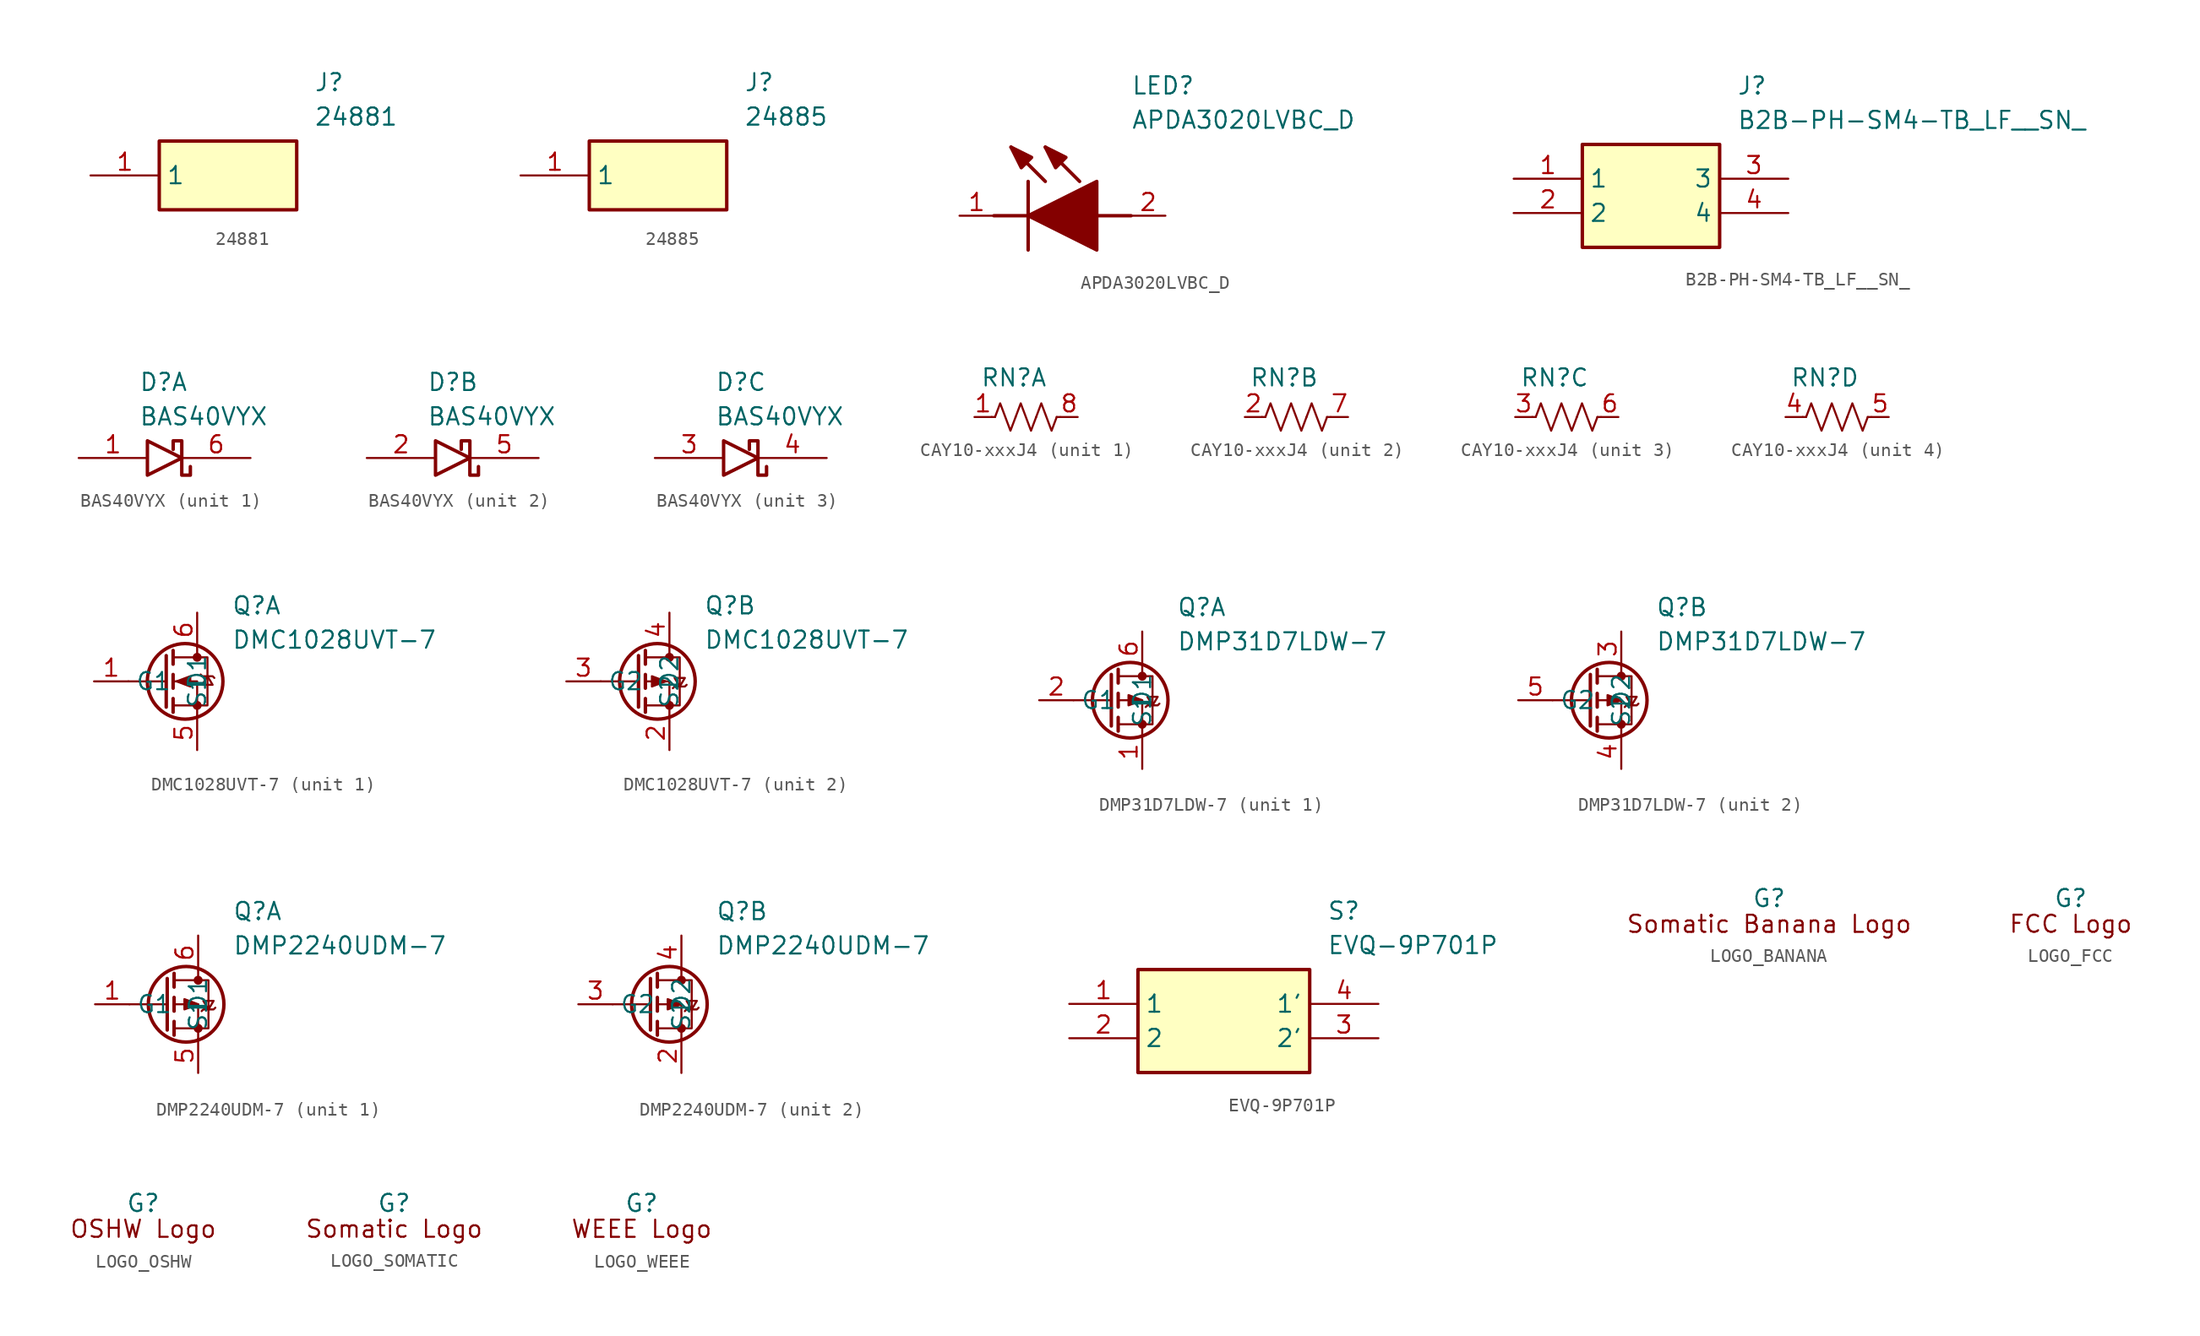
<source format=kicad_sym>
(kicad_symbol_lib
  (version 20220914)
  (generator kicad_symbol_editor)
  (symbol "24881"
    (property "Reference" "J"
      (at 16.51 7.62 0)
      (effects (font (size 1.27 1.27)) (justify left top)))
    (property "Value" "24881"
      (at 16.51 5.08 0)
      (effects (font (size 1.27 1.27)) (justify left top)))
    (symbol "24881_1_1"
      (rectangle (start 5.08 2.54) (end 15.24 -2.54) (stroke (width 0.254) (type default)) (fill (type background)))
      (pin passive line (at 0 0 0) (length 5.08) (name "1" (effects (font (size 1.27 1.27)))) (number "1" (effects (font (size 1.27 1.27)))))))
  (symbol "24885"
    (property "Reference" "J"
      (at 16.51 7.62 0)
      (effects (font (size 1.27 1.27)) (justify left top)))
    (property "Value" "24885"
      (at 16.51 5.08 0)
      (effects (font (size 1.27 1.27)) (justify left top)))
    (symbol "24885_1_1"
      (rectangle (start 5.08 2.54) (end 15.24 -2.54) (stroke (width 0.254) (type default)) (fill (type background)))
      (pin passive line (at 0 0 0) (length 5.08) (name "1" (effects (font (size 1.27 1.27)))) (number "1" (effects (font (size 1.27 1.27)))))))
  (symbol "APDA3020LVBC_D"
    (pin_names hide)
    (property "Reference" "LED"
      (at 12.7 8.89 0)
      (effects (font (size 1.27 1.27)) (justify left bottom)))
    (property "Value" "APDA3020LVBC_D"
      (at 12.7 6.35 0)
      (effects (font (size 1.27 1.27)) (justify left bottom)))
    (symbol "APDA3020LVBC_D_1_1"
      (polyline (pts (xy 2.54 0) (xy 5.08 0)) (stroke (width 0.254) (type default)) (fill (type none)))
      (polyline (pts (xy 5.08 2.54) (xy 5.08 -2.54)) (stroke (width 0.254) (type default)) (fill (type none)))
      (polyline (pts (xy 6.35 2.54) (xy 3.81 5.08)) (stroke (width 0.254) (type default)) (fill (type none)))
      (polyline (pts (xy 8.89 2.54) (xy 6.35 5.08)) (stroke (width 0.254) (type default)) (fill (type none)))
      (polyline (pts (xy 10.16 0) (xy 12.7 0)) (stroke (width 0.254) (type default)) (fill (type none)))
      (polyline (pts (xy 5.08 0) (xy 10.16 2.54) (xy 10.16 -2.54) (xy 5.08 0)) (stroke (width 0.254) (type default)) (fill (type outline)))
      (polyline (pts (xy 5.334 4.318) (xy 4.572 3.556) (xy 3.81 5.08) (xy 5.334 4.318)) (stroke (width 0.254) (type default)) (fill (type outline)))
      (polyline (pts (xy 7.874 4.318) (xy 7.112 3.556) (xy 6.35 5.08) (xy 7.874 4.318)) (stroke (width 0.254) (type default)) (fill (type outline)))
      (pin passive line (at 0 0 0) (length 2.54) (name "K" (effects (font (size 1.27 1.27)))) (number "1" (effects (font (size 1.27 1.27)))))
      (pin passive line (at 15.24 0 180) (length 2.54) (name "A" (effects (font (size 1.27 1.27)))) (number "2" (effects (font (size 1.27 1.27)))))))
  (symbol "B2B-PH-SM4-TB_LF__SN_"
    (property "Reference" "J"
      (at 16.51 7.62 0)
      (effects (font (size 1.27 1.27)) (justify left top)))
    (property "Value" "B2B-PH-SM4-TB_LF__SN_"
      (at 16.51 5.08 0)
      (effects (font (size 1.27 1.27)) (justify left top)))
    (symbol "B2B-PH-SM4-TB_LF__SN__1_1"
      (rectangle (start 5.08 2.54) (end 15.24 -5.08) (stroke (width 0.254) (type default)) (fill (type background)))
      (pin passive line (at 0 0 0) (length 5.08) (name "1" (effects (font (size 1.27 1.27)))) (number "1" (effects (font (size 1.27 1.27)))))
      (pin passive line (at 0 -2.54 0) (length 5.08) (name "2" (effects (font (size 1.27 1.27)))) (number "2" (effects (font (size 1.27 1.27)))))
      (pin passive line (at 20.32 0 180) (length 5.08) (name "3" (effects (font (size 1.27 1.27)))) (number "3" (effects (font (size 1.27 1.27)))))
      (pin passive line (at 20.32 -2.54 180) (length 5.08) (name "4" (effects (font (size 1.27 1.27)))) (number "4" (effects (font (size 1.27 1.27)))))))
  (symbol "BAS40VYX"
    (pin_names hide)
    (property "Reference" "D"
      (at 4.445 6.35 0)
      (effects (font (size 1.27 1.27)) (justify left top)))
    (property "Value" "BAS40VYX"
      (at 4.445 3.81 0)
      (effects (font (size 1.27 1.27)) (justify left top)))
    (symbol "BAS40VYX_0_1"
      (polyline (pts (xy 5.08 -1.27) (xy 5.08 1.27) (xy 7.62 0) (xy 5.08 -1.27)) (stroke (width 0.254) (type default)) (fill (type none)))
      (polyline (pts (xy 8.255 -0.635) (xy 8.255 -1.27) (xy 7.62 -1.27) (xy 7.62 1.27) (xy 6.985 1.27) (xy 6.985 0.635)) (stroke (width 0.254) (type default)) (fill (type none))))
    (symbol "BAS40VYX_1_1"
      (pin passive line (at 0 0 0) (length 5.08) (name "A1" (effects (font (size 1.27 1.27)))) (number "1" (effects (font (size 1.27 1.27)))))
      (pin passive line (at 12.7 0 180) (length 5.08) (name "K1" (effects (font (size 1.27 1.27)))) (number "6" (effects (font (size 1.27 1.27))))))
    (symbol "BAS40VYX_2_1"
      (pin passive line (at 0 0 0) (length 5.08) (name "A2" (effects (font (size 1.27 1.27)))) (number "2" (effects (font (size 1.27 1.27)))))
      (pin passive line (at 12.7 0 180) (length 5.08) (name "K2" (effects (font (size 1.27 1.27)))) (number "5" (effects (font (size 1.27 1.27))))))
    (symbol "BAS40VYX_3_1"
      (pin passive line (at 0 0 0) (length 5.08) (name "A3" (effects (font (size 1.27 1.27)))) (number "3" (effects (font (size 1.27 1.27)))))
      (pin passive line (at 12.7 0 180) (length 5.08) (name "K3" (effects (font (size 1.27 1.27)))) (number "4" (effects (font (size 1.27 1.27)))))))
  (symbol "CAY10-xxxJ4"
    (property "Reference" "RN"
      (at 2.921 2.921 0)
      (effects (font (size 1.27 1.27))))
    (property "Value" ""
      (at 3.937 0 0)
      (effects (font (size 1.27 1.27))))
    (symbol "CAY10-xxxJ4_0_1"
      (polyline (pts (xy 1.524 0) (xy 1.27 0)) (stroke (width 0) (type default)) (fill (type none)))
      (polyline (pts (xy 6.096 0) (xy 6.35 0)) (stroke (width 0) (type default)) (fill (type none)))
      (polyline (pts (xy 1.524 0) (xy 1.905 1.016) (xy 2.286 0) (xy 2.667 -1.016) (xy 3.048 0)) (stroke (width 0) (type default)) (fill (type none)))
      (polyline (pts (xy 3.048 0) (xy 3.429 1.016) (xy 3.81 0) (xy 4.191 -1.016) (xy 4.572 0)) (stroke (width 0) (type default)) (fill (type none)))
      (polyline (pts (xy 4.572 0) (xy 4.953 1.016) (xy 5.334 0) (xy 5.715 -1.016) (xy 6.096 0)) (stroke (width 0) (type default)) (fill (type none))))
    (symbol "CAY10-xxxJ4_1_1"
      (pin passive line (at 0 0 0) (length 1.27) (name "~" (effects (font (size 1.27 1.27)))) (number "1" (effects (font (size 1.27 1.27)))))
      (pin passive line (at 7.65 0 180) (length 1.27) (name "~" (effects (font (size 1.27 1.27)))) (number "8" (effects (font (size 1.27 1.27))))))
    (symbol "CAY10-xxxJ4_2_1"
      (pin passive line (at 0 0 0) (length 1.27) (name "~" (effects (font (size 1.27 1.27)))) (number "2" (effects (font (size 1.27 1.27)))))
      (pin passive line (at 7.65 0 180) (length 1.27) (name "~" (effects (font (size 1.27 1.27)))) (number "7" (effects (font (size 1.27 1.27))))))
    (symbol "CAY10-xxxJ4_3_1"
      (pin passive line (at 0 0 0) (length 1.27) (name "~" (effects (font (size 1.27 1.27)))) (number "3" (effects (font (size 1.27 1.27)))))
      (pin passive line (at 7.65 0 180) (length 1.27) (name "~" (effects (font (size 1.27 1.27)))) (number "6" (effects (font (size 1.27 1.27))))))
    (symbol "CAY10-xxxJ4_4_1"
      (pin passive line (at 0 0 0) (length 1.27) (name "~" (effects (font (size 1.27 1.27)))) (number "4" (effects (font (size 1.27 1.27)))))
      (pin passive line (at 7.65 0 180) (length 1.27) (name "~" (effects (font (size 1.27 1.27)))) (number "5" (effects (font (size 1.27 1.27)))))))
  (symbol "DMC1028UVT-7"
    (property "Reference" "Q"
      (at 2.54 6.35 0)
      (effects (font (size 1.27 1.27)) (justify left top)))
    (property "Value" "DMC1028UVT-7"
      (at 2.54 3.81 0)
      (effects (font (size 1.27 1.27)) (justify left top)))
    (property "ki_locked" ""
      (at 0 0 0)
      (effects (font (size 1.27 1.27))))
    (symbol "DMC1028UVT-7_0_1"
      (circle (center -0.889 0) (radius 2.794) (stroke (width 0.254) (type default)) (fill (type none)))
      (circle (center 0 -1.778) (radius 0.254) (stroke (width 0) (type default)) (fill (type outline)))
      (polyline (pts (xy -2.286 0) (xy -5.08 0)) (stroke (width 0) (type default)) (fill (type none)))
      (polyline (pts (xy -2.286 1.905) (xy -2.286 -1.905)) (stroke (width 0.254) (type default)) (fill (type none)))
      (polyline (pts (xy -1.778 -1.27) (xy -1.778 -2.286)) (stroke (width 0.254) (type default)) (fill (type none)))
      (polyline (pts (xy -1.778 0.508) (xy -1.778 -0.508)) (stroke (width 0.254) (type default)) (fill (type none)))
      (polyline (pts (xy -1.778 2.286) (xy -1.778 1.27)) (stroke (width 0.254) (type default)) (fill (type none)))
      (polyline (pts (xy 0 2.54) (xy 0 1.778)) (stroke (width 0) (type default)) (fill (type none)))
      (polyline (pts (xy 0 -2.54) (xy 0 0) (xy -1.778 0)) (stroke (width 0) (type default)) (fill (type none)))
      (polyline (pts (xy -1.778 -1.778) (xy 0.762 -1.778) (xy 0.762 1.778) (xy -1.778 1.778)) (stroke (width 0) (type default)) (fill (type none)))
      (circle (center 0 1.778) (radius 0.254) (stroke (width 0) (type default)) (fill (type outline))))
    (symbol "DMC1028UVT-7_1_1"
      (polyline (pts (xy -1.524 0) (xy -0.508 0.381) (xy -0.508 -0.381) (xy -1.524 0)) (stroke (width 0) (type default)) (fill (type outline)))
      (polyline (pts (xy 0.254 0.508) (xy 0.381 0.381) (xy 1.143 0.381) (xy 1.27 0.254)) (stroke (width 0) (type default)) (fill (type none)))
      (polyline (pts (xy 0.762 0.381) (xy 0.381 -0.254) (xy 1.143 -0.254) (xy 0.762 0.381)) (stroke (width 0) (type default)) (fill (type none)))
      (pin input line (at -7.62 0 0) (length 2.54) (name "G1" (effects (font (size 1.27 1.27)))) (number "1" (effects (font (size 1.27 1.27)))))
      (pin passive line (at 0 -5.08 90) (length 2.54) (name "S1" (effects (font (size 1.27 1.27)))) (number "5" (effects (font (size 1.27 1.27)))))
      (pin passive line (at 0 5.08 270) (length 2.54) (name "D1" (effects (font (size 1.27 1.27)))) (number "6" (effects (font (size 1.27 1.27))))))
    (symbol "DMC1028UVT-7_2_1"
      (polyline (pts (xy -0.279 0) (xy -1.295 0.381) (xy -1.295 -0.381) (xy -0.279 0)) (stroke (width 0) (type default)) (fill (type outline)))
      (polyline (pts (xy 0.254 -0.508) (xy 0.381 -0.381) (xy 1.143 -0.381) (xy 1.27 -0.254)) (stroke (width 0) (type default)) (fill (type none)))
      (polyline (pts (xy 0.762 -0.381) (xy 0.381 0.254) (xy 1.143 0.254) (xy 0.762 -0.381)) (stroke (width 0) (type default)) (fill (type none)))
      (pin passive line (at 0 -5.08 90) (length 2.54) (name "S2" (effects (font (size 1.27 1.27)))) (number "2" (effects (font (size 1.27 1.27)))))
      (pin input line (at -7.62 0 0) (length 2.54) (name "G2" (effects (font (size 1.27 1.27)))) (number "3" (effects (font (size 1.27 1.27)))))
      (pin passive line (at 0 5.08 270) (length 2.54) (name "D2" (effects (font (size 1.27 1.27)))) (number "4" (effects (font (size 1.27 1.27)))))))
  (symbol "DMP31D7LDW-7"
    (property "Reference" "Q"
      (at 2.54 7.62 0)
      (effects (font (size 1.27 1.27)) (justify left top)))
    (property "Value" "DMP31D7LDW-7"
      (at 2.54 5.08 0)
      (effects (font (size 1.27 1.27)) (justify left top)))
    (symbol "DMP31D7LDW-7_0_1"
      (circle (center -0.889 0) (radius 2.794) (stroke (width 0.254) (type default)) (fill (type none)))
      (circle (center 0 -1.778) (radius 0.254) (stroke (width 0) (type default)) (fill (type outline)))
      (polyline (pts (xy -2.286 0) (xy -5.08 0)) (stroke (width 0) (type default)) (fill (type none)))
      (polyline (pts (xy -2.286 1.905) (xy -2.286 -1.905)) (stroke (width 0.254) (type default)) (fill (type none)))
      (polyline (pts (xy -1.778 -1.27) (xy -1.778 -2.286)) (stroke (width 0.254) (type default)) (fill (type none)))
      (polyline (pts (xy -1.778 0.508) (xy -1.778 -0.508)) (stroke (width 0.254) (type default)) (fill (type none)))
      (polyline (pts (xy -1.778 2.286) (xy -1.778 1.27)) (stroke (width 0.254) (type default)) (fill (type none)))
      (polyline (pts (xy 0 2.54) (xy 0 1.778)) (stroke (width 0) (type default)) (fill (type none)))
      (polyline (pts (xy 0 -2.54) (xy 0 0) (xy -1.778 0)) (stroke (width 0) (type default)) (fill (type none)))
      (polyline (pts (xy -1.778 -1.778) (xy 0.762 -1.778) (xy 0.762 1.778) (xy -1.778 1.778)) (stroke (width 0) (type default)) (fill (type none)))
      (polyline (pts (xy 0 0) (xy -1.016 0.381) (xy -1.016 -0.381) (xy 0 0)) (stroke (width 0) (type default)) (fill (type outline)))
      (polyline (pts (xy 0.254 -0.508) (xy 0.381 -0.381) (xy 1.143 -0.381) (xy 1.27 -0.254)) (stroke (width 0) (type default)) (fill (type none)))
      (polyline (pts (xy 0.762 -0.381) (xy 0.381 0.254) (xy 1.143 0.254) (xy 0.762 -0.381)) (stroke (width 0) (type default)) (fill (type none)))
      (circle (center 0 1.778) (radius 0.254) (stroke (width 0) (type default)) (fill (type outline))))
    (symbol "DMP31D7LDW-7_1_1"
      (pin passive line (at 0 -5.08 90) (length 2.54) (name "S1" (effects (font (size 1.27 1.27)))) (number "1" (effects (font (size 1.27 1.27)))))
      (pin passive line (at -7.62 0 0) (length 2.54) (name "G1" (effects (font (size 1.27 1.27)))) (number "2" (effects (font (size 1.27 1.27)))))
      (pin passive line (at 0 5.08 270) (length 2.54) (name "D1" (effects (font (size 1.27 1.27)))) (number "6" (effects (font (size 1.27 1.27))))))
    (symbol "DMP31D7LDW-7_2_1"
      (pin passive line (at 0 5.08 270) (length 2.54) (name "D2" (effects (font (size 1.27 1.27)))) (number "3" (effects (font (size 1.27 1.27)))))
      (pin passive line (at 0 -5.08 90) (length 2.54) (name "S2" (effects (font (size 1.27 1.27)))) (number "4" (effects (font (size 1.27 1.27)))))
      (pin passive line (at -7.62 0 0) (length 2.54) (name "G2" (effects (font (size 1.27 1.27)))) (number "5" (effects (font (size 1.27 1.27)))))))
  (symbol "DMP2240UDM-7"
    (property "Reference" "Q"
      (at 2.54 7.62 0)
      (effects (font (size 1.27 1.27)) (justify left top)))
    (property "Value" "DMP2240UDM-7"
      (at 2.54 5.08 0)
      (effects (font (size 1.27 1.27)) (justify left top)))
    (symbol "DMP2240UDM-7_0_1"
      (circle (center -0.889 0) (radius 2.794) (stroke (width 0.254) (type default)) (fill (type none)))
      (circle (center 0 -1.778) (radius 0.254) (stroke (width 0) (type default)) (fill (type outline)))
      (polyline (pts (xy -2.286 0) (xy -5.08 0)) (stroke (width 0) (type default)) (fill (type none)))
      (polyline (pts (xy -2.286 1.905) (xy -2.286 -1.905)) (stroke (width 0.254) (type default)) (fill (type none)))
      (polyline (pts (xy -1.778 -1.27) (xy -1.778 -2.286)) (stroke (width 0.254) (type default)) (fill (type none)))
      (polyline (pts (xy -1.778 0.508) (xy -1.778 -0.508)) (stroke (width 0.254) (type default)) (fill (type none)))
      (polyline (pts (xy -1.778 2.286) (xy -1.778 1.27)) (stroke (width 0.254) (type default)) (fill (type none)))
      (polyline (pts (xy 0 2.54) (xy 0 1.778)) (stroke (width 0) (type default)) (fill (type none)))
      (polyline (pts (xy 0 -2.54) (xy 0 0) (xy -1.778 0)) (stroke (width 0) (type default)) (fill (type none)))
      (polyline (pts (xy -1.778 -1.778) (xy 0.762 -1.778) (xy 0.762 1.778) (xy -1.778 1.778)) (stroke (width 0) (type default)) (fill (type none)))
      (polyline (pts (xy 0 0) (xy -1.016 0.381) (xy -1.016 -0.381) (xy 0 0)) (stroke (width 0) (type default)) (fill (type outline)))
      (polyline (pts (xy 0.254 -0.508) (xy 0.381 -0.381) (xy 1.143 -0.381) (xy 1.27 -0.254)) (stroke (width 0) (type default)) (fill (type none)))
      (polyline (pts (xy 0.762 -0.381) (xy 0.381 0.254) (xy 1.143 0.254) (xy 0.762 -0.381)) (stroke (width 0) (type default)) (fill (type none)))
      (circle (center 0 1.778) (radius 0.254) (stroke (width 0) (type default)) (fill (type outline))))
    (symbol "DMP2240UDM-7_1_1"
      (pin passive line (at -7.62 0 0) (length 2.54) (name "G1" (effects (font (size 1.27 1.27)))) (number "1" (effects (font (size 1.27 1.27)))))
      (pin passive line (at 0 -5.08 90) (length 2.54) (name "S1" (effects (font (size 1.27 1.27)))) (number "5" (effects (font (size 1.27 1.27)))))
      (pin passive line (at 0 5.08 270) (length 2.54) (name "D1" (effects (font (size 1.27 1.27)))) (number "6" (effects (font (size 1.27 1.27))))))
    (symbol "DMP2240UDM-7_2_1"
      (pin passive line (at 0 -5.08 90) (length 2.54) (name "S2" (effects (font (size 1.27 1.27)))) (number "2" (effects (font (size 1.27 1.27)))))
      (pin passive line (at -7.62 0 0) (length 2.54) (name "G2" (effects (font (size 1.27 1.27)))) (number "3" (effects (font (size 1.27 1.27)))))
      (pin passive line (at 0 5.08 270) (length 2.54) (name "D2" (effects (font (size 1.27 1.27)))) (number "4" (effects (font (size 1.27 1.27)))))))
  (symbol "EVQ-9P701P"
    (property "Reference" "S"
      (at 19.05 7.62 0)
      (effects (font (size 1.27 1.27)) (justify left top)))
    (property "Value" "EVQ-9P701P"
      (at 19.05 5.08 0)
      (effects (font (size 1.27 1.27)) (justify left top)))
    (symbol "EVQ-9P701P_1_1"
      (rectangle (start 5.08 2.54) (end 17.78 -5.08) (stroke (width 0.254) (type default)) (fill (type background)))
      (pin passive line (at 0 0 0) (length 5.08) (name "1" (effects (font (size 1.27 1.27)))) (number "1" (effects (font (size 1.27 1.27)))))
      (pin passive line (at 0 -2.54 0) (length 5.08) (name "2" (effects (font (size 1.27 1.27)))) (number "2" (effects (font (size 1.27 1.27)))))
      (pin passive line (at 22.86 -2.54 180) (length 5.08) (name "2'" (effects (font (size 1.27 1.27)))) (number "3" (effects (font (size 1.27 1.27)))))
      (pin passive line (at 22.86 0 180) (length 5.08) (name "1'" (effects (font (size 1.27 1.27)))) (number "4" (effects (font (size 1.27 1.27)))))))
  (symbol "LOGO_BANANA"
    (property "Reference" "G"
      (at 0 1.905 0)
      (effects (font (size 1.27 1.27))))
    (property "Value" ""
      (at 0 0 0)
      (effects (font (size 1.27 1.27))))
    (symbol "LOGO_BANANA_0_1"
      (text "Somatic Banana Logo" (at 0 0 0) (effects (font (size 1.27 1.27))))))
  (symbol "LOGO_FCC"
    (property "Reference" "G"
      (at 0 1.905 0)
      (effects (font (size 1.27 1.27))))
    (property "Value" ""
      (at 0 0 0)
      (effects (font (size 1.27 1.27))))
    (symbol "LOGO_FCC_0_1"
      (text "FCC Logo" (at 0 0 0) (effects (font (size 1.27 1.27))))))
  (symbol "LOGO_OSHW"
    (property "Reference" "G"
      (at 0 1.905 0)
      (effects (font (size 1.27 1.27))))
    (property "Value" ""
      (at 0 0 0)
      (effects (font (size 1.27 1.27))))
    (symbol "LOGO_OSHW_0_1"
      (text "OSHW Logo" (at 0 0 0) (effects (font (size 1.27 1.27))))))
  (symbol "LOGO_SOMATIC"
    (property "Reference" "G"
      (at 0 1.905 0)
      (effects (font (size 1.27 1.27))))
    (property "Value" ""
      (at 0 0 0)
      (effects (font (size 1.27 1.27))))
    (symbol "LOGO_SOMATIC_0_1"
      (text "Somatic Logo" (at 0 0 0) (effects (font (size 1.27 1.27))))))
  (symbol "LOGO_WEEE"
    (property "Reference" "G"
      (at 0 1.905 0)
      (effects (font (size 1.27 1.27))))
    (property "Value" ""
      (at 0 0 0)
      (effects (font (size 1.27 1.27))))
    (symbol "LOGO_WEEE_0_1"
      (text "WEEE Logo" (at 0 0 0) (effects (font (size 1.27 1.27)))))))
</source>
